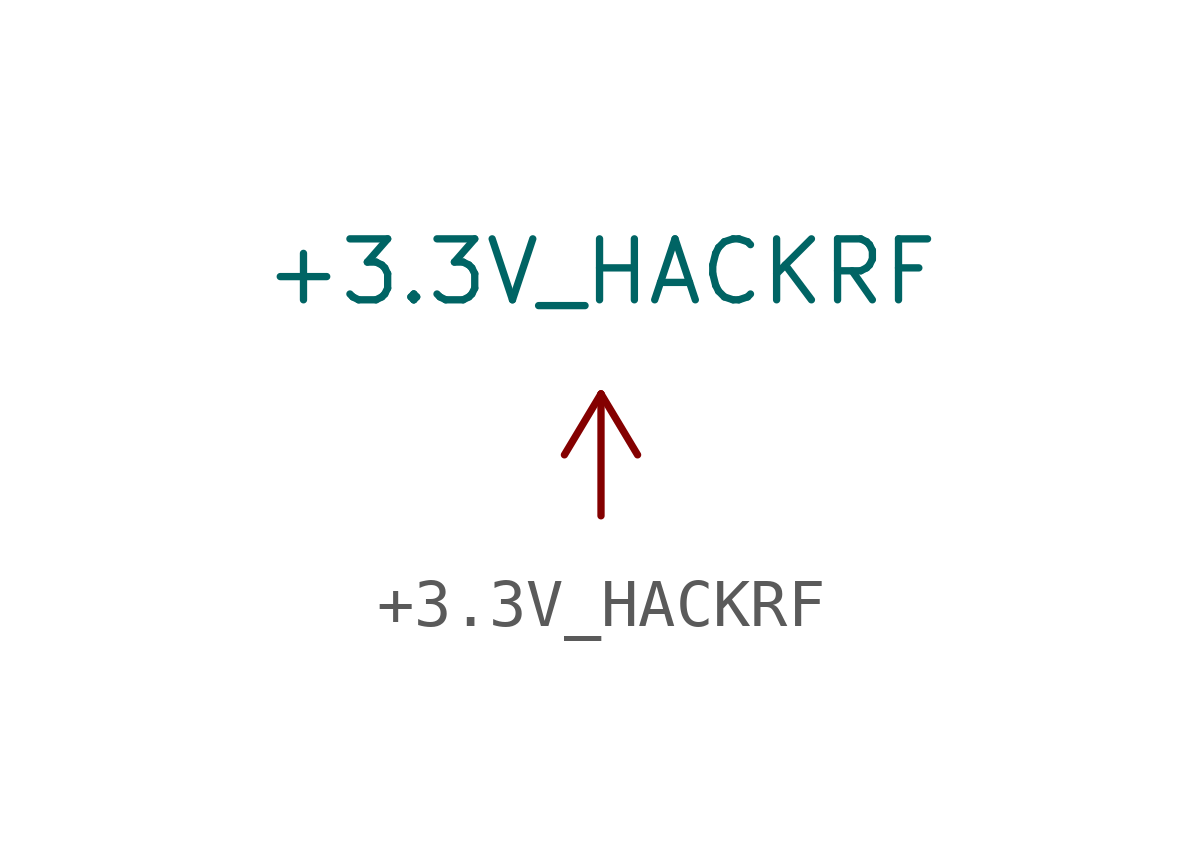
<source format=kicad_sym>
(kicad_symbol_lib
  (version 20220914)
  (generator kicad_symbol_editor)
  (symbol "+3.3V_HACKRF"
    (power)
    (pin_names
      (offset 0))
    (property "Reference" "#PWR079"
      (at 3.81 -1.27 0)
      (effects (font (size 1.27 1.27)) hide))
    (property "Value" "+3.3V_HACKRF"
      (at 0 5.08 0)
      (effects (font (size 1.27 1.27))))
    (symbol "+3.3V_HACKRF_0_0"
      (pin power_in line (at 0 0 90) (length 0) hide (name "+3.3VP" (effects (font (size 1.27 1.27)))) (number "1" (effects (font (size 1.27 1.27))))))
    (symbol "+3.3V_HACKRF_0_1"
      (polyline (pts (xy -0.762 1.27) (xy 0 2.54)) (stroke (width 0) (type default)) (fill (type none)))
      (polyline (pts (xy 0 0) (xy 0 2.54)) (stroke (width 0) (type default)) (fill (type none)))
      (polyline (pts (xy 0 2.54) (xy 0.762 1.27)) (stroke (width 0) (type default)) (fill (type none))))))
</source>
